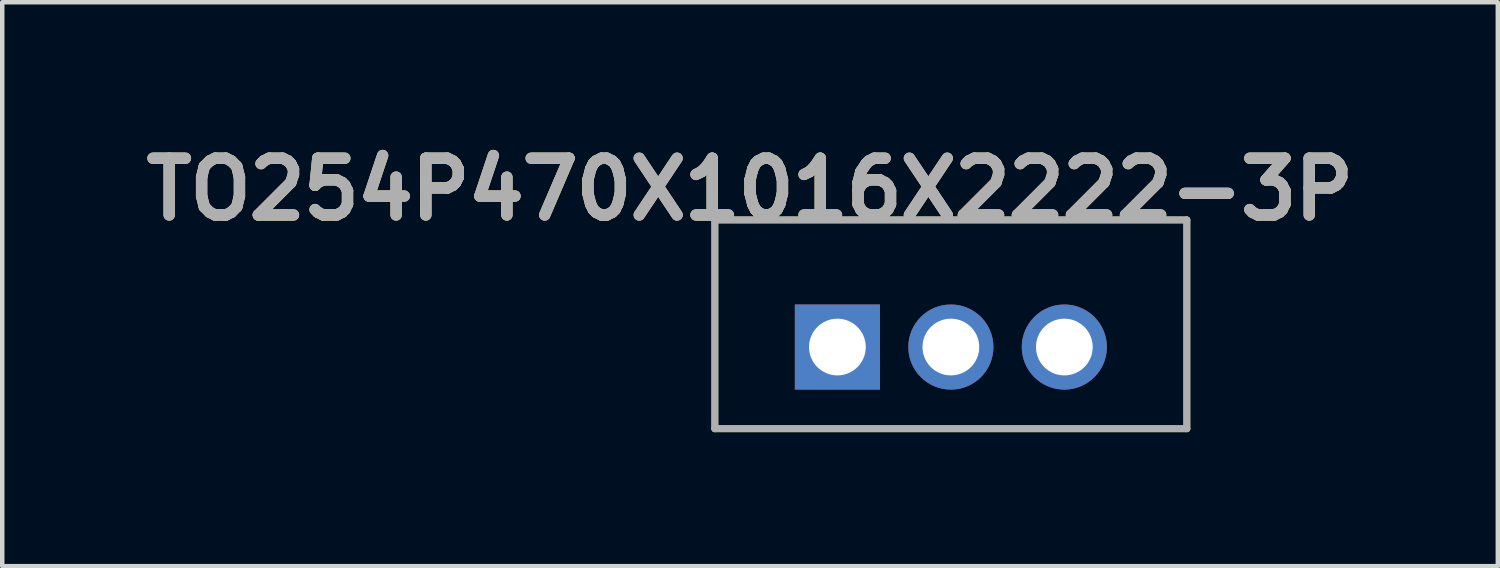
<source format=kicad_pcb>
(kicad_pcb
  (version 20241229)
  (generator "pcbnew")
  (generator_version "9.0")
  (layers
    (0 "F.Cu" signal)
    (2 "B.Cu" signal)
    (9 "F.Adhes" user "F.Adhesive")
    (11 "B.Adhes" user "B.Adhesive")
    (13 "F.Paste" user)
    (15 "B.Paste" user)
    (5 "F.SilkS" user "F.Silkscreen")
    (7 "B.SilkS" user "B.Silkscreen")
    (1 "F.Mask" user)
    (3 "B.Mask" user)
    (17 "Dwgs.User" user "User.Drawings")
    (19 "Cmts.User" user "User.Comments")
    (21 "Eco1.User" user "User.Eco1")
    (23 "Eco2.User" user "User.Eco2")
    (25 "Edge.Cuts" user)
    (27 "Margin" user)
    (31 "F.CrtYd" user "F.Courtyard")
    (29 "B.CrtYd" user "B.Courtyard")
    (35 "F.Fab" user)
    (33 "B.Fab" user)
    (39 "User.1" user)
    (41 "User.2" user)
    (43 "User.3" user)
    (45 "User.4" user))
  (footprint "TO254P470X1016X2222-3P"
    (layer "F.Cu")
    (at 20.776 3.703)
    (property "Reference" "TO254P470X1016X2222-3P" (at -7.036 -2.515 0) (layer "F.SilkS") (effects (font (size 1.27 1.27) (thickness 0.254))))
    (attr through_hole)
    (fp_line (start -7.823 -1.829) (end -7.823 2.845) (stroke (width 0.152) (type solid)) (layer "F.SilkS"))
    (fp_line (start -7.823 2.845) (end 2.743 2.845) (stroke (width 0.152) (type solid)) (layer "F.SilkS"))
    (fp_line (start 2.743 -1.829) (end -7.823 -1.829) (stroke (width 0.152) (type solid)) (layer "F.SilkS"))
    (fp_line (start 2.743 2.845) (end 2.743 -1.829) (stroke (width 0.152) (type solid)) (layer "F.SilkS"))
    (fp_line (start -7.823 -1.829) (end -7.823 2.845) (stroke (width 0.152) (type solid)) (layer "F.Fab"))
    (fp_line (start -7.823 2.845) (end 2.743 2.845) (stroke (width 0.152) (type solid)) (layer "F.Fab"))
    (fp_line (start 2.743 -1.829) (end -7.823 -1.829) (stroke (width 0.152) (type solid)) (layer "F.Fab"))
    (fp_line (start 2.743 2.845) (end 2.743 -1.829) (stroke (width 0.152) (type solid)) (layer "F.Fab"))
    (fp_text user "${REFERENCE}" (at -7.036 -2.515 0) (layer "F.Fab") (effects (font (size 1.27 1.27) (thickness 0.254))))
    (pad "1" thru_hole rect (at -5.08 1.016) (size 1.905 1.905) (drill 1.27) (layers "*.Cu" "*.Mask"))
    (pad "2" thru_hole circle (at -2.54 1.016) (size 1.905 1.905) (drill 1.27) (layers "*.Cu" "*.Mask"))
    (pad "3" thru_hole circle (at 0 1.016) (size 1.905 1.905) (drill 1.27) (layers "*.Cu" "*.Mask")))
  (gr_rect
    (start -3 -3)
    (end 30.48 9.624)
    (stroke (width 0.1) (type default))
    (fill no)
    (layer "Edge.Cuts")))
</source>
